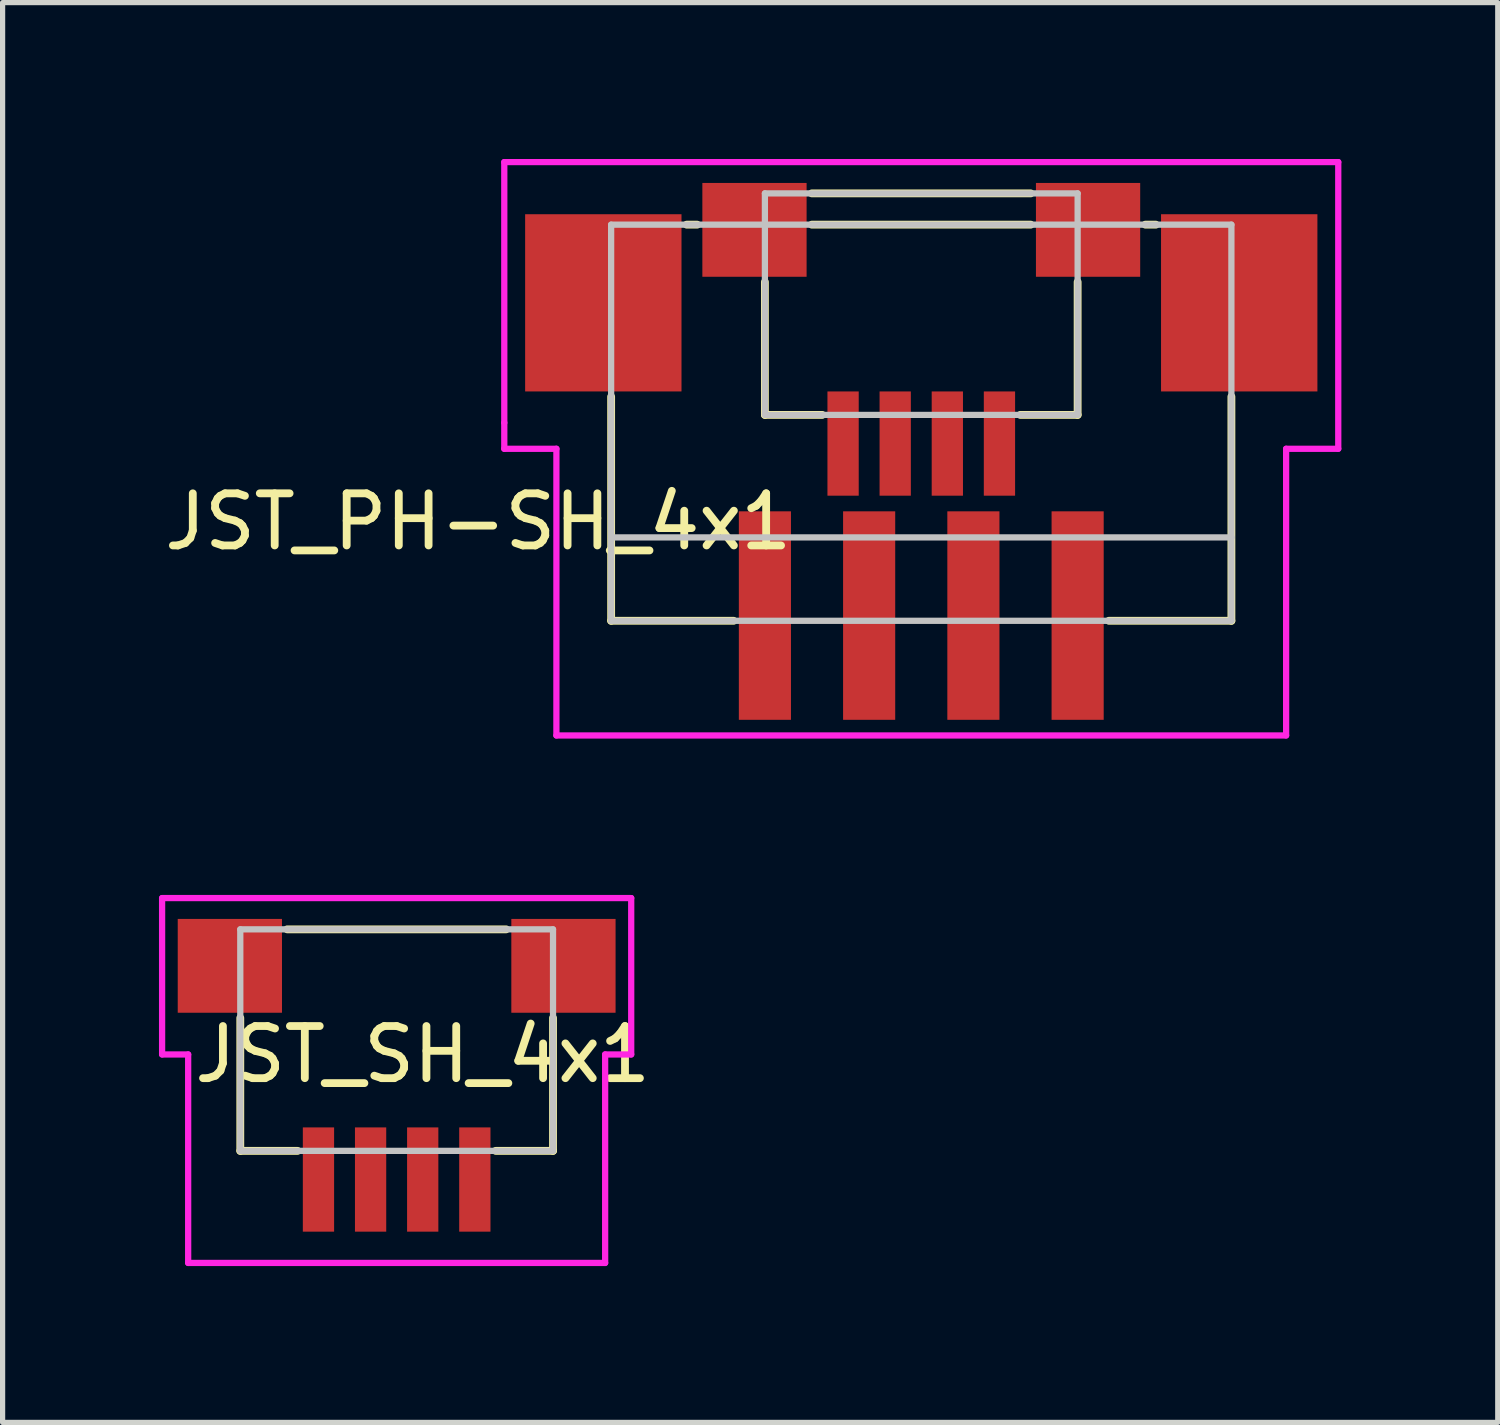
<source format=kicad_pcb>
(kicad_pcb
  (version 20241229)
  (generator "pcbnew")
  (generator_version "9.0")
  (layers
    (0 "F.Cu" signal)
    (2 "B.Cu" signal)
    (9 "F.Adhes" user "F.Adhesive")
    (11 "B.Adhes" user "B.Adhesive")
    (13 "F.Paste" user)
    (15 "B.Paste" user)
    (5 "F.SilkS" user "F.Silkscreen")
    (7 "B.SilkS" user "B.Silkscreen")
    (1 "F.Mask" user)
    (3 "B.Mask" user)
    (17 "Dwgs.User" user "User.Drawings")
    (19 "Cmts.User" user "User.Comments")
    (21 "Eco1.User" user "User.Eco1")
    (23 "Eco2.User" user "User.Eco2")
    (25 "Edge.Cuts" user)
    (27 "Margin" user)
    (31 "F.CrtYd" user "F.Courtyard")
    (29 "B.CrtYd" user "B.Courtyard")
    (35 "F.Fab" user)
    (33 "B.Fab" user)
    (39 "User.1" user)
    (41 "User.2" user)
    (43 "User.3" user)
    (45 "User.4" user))
  (footprint "JST_PH-SH_4x1"
    (layer "F.Cu")
    (at 14.625 3.06)
    (property "Reference" "JST_PH-SH_4x1" (at -8.5 3.9 0) (layer "F.SilkS") (effects (font (size 1 1) (thickness 0.15))))
    (attr through_hole)
    (fp_line (start -5.95 1.5) (end -5.95 5.8) (stroke (width 0.15) (type solid)) (layer "F.SilkS"))
    (fp_line (start -5.95 5.8) (end -3.6 5.8) (stroke (width 0.15) (type solid)) (layer "F.SilkS"))
    (fp_line (start -4.3 -1.8) (end -4.5 -1.8) (stroke (width 0.15) (type solid)) (layer "F.SilkS"))
    (fp_line (start -3 -0.7) (end -3 1.85) (stroke (width 0.15) (type solid)) (layer "F.SilkS"))
    (fp_line (start -3 1.85) (end -1.9 1.85) (stroke (width 0.15) (type solid)) (layer "F.SilkS"))
    (fp_line (start 1.9 1.85) (end 3 1.85) (stroke (width 0.15) (type solid)) (layer "F.SilkS"))
    (fp_line (start 2.1 -2.4) (end -2.1 -2.4) (stroke (width 0.15) (type solid)) (layer "F.SilkS"))
    (fp_line (start 2.1 -1.8) (end -2.1 -1.8) (stroke (width 0.15) (type solid)) (layer "F.SilkS"))
    (fp_line (start 3 1.85) (end 3 -0.7) (stroke (width 0.15) (type solid)) (layer "F.SilkS"))
    (fp_line (start 3.6 5.8) (end 5.95 5.8) (stroke (width 0.15) (type solid)) (layer "F.SilkS"))
    (fp_line (start 4.5 -1.8) (end 4.3 -1.8) (stroke (width 0.15) (type solid)) (layer "F.SilkS"))
    (fp_line (start 5.95 5.8) (end 5.95 1.5) (stroke (width 0.15) (type solid)) (layer "F.SilkS"))
    (fp_line (start -5.95 -1.8) (end -5.95 4.2) (stroke (width 0.12) (type solid)) (layer "Dwgs.User"))
    (fp_line (start -5.95 -1.8) (end 5.95 -1.8) (stroke (width 0.12) (type solid)) (layer "Dwgs.User"))
    (fp_line (start -5.95 5.8) (end -5.95 4.2) (stroke (width 0.12) (type solid)) (layer "Dwgs.User"))
    (fp_line (start -3 -2.4) (end -3 1.85) (stroke (width 0.12) (type solid)) (layer "Dwgs.User"))
    (fp_line (start -3 -2.4) (end 3 -2.4) (stroke (width 0.12) (type solid)) (layer "Dwgs.User"))
    (fp_line (start 3 -2.4) (end 3 1.85) (stroke (width 0.12) (type solid)) (layer "Dwgs.User"))
    (fp_line (start 3 1.85) (end -3 1.85) (stroke (width 0.12) (type solid)) (layer "Dwgs.User"))
    (fp_line (start 5.95 -1.8) (end 5.95 4.2) (stroke (width 0.12) (type solid)) (layer "Dwgs.User"))
    (fp_line (start 5.95 4.2) (end -5.95 4.2) (stroke (width 0.12) (type solid)) (layer "Dwgs.User"))
    (fp_line (start 5.95 4.2) (end 5.95 5.8) (stroke (width 0.12) (type solid)) (layer "Dwgs.User"))
    (fp_line (start 5.95 5.8) (end -5.95 5.8) (stroke (width 0.12) (type solid)) (layer "Dwgs.User"))
    (fp_line (start -8 -3) (end -8 2) (stroke (width 0.12) (type solid)) (layer "F.CrtYd"))
    (fp_line (start -8 2) (end -8 2.5) (stroke (width 0.12) (type solid)) (layer "F.CrtYd"))
    (fp_line (start -8 2.5) (end -7 2.5) (stroke (width 0.12) (type solid)) (layer "F.CrtYd"))
    (fp_line (start -7 2.5) (end -7 8) (stroke (width 0.12) (type solid)) (layer "F.CrtYd"))
    (fp_line (start -7 8) (end 7 8) (stroke (width 0.12) (type solid)) (layer "F.CrtYd"))
    (fp_line (start 7 8) (end 7 2.5) (stroke (width 0.12) (type solid)) (layer "F.CrtYd"))
    (fp_line (start 8 -3) (end -8 -3) (stroke (width 0.12) (type solid)) (layer "F.CrtYd"))
    (fp_line (start 8 2.5) (end 7 2.5) (stroke (width 0.12) (type solid)) (layer "F.CrtYd"))
    (fp_line (start 8 2.5) (end 8 -3) (stroke (width 0.12) (type solid)) (layer "F.CrtYd"))
    (pad "0" smd rect (at -6.1 -0.3) (size 3 3.4) (layers "F.Cu" "F.Mask" "F.Paste"))
    (pad "0" smd rect (at -3.2 -1.7) (size 2 1.8) (layers "F.Cu" "F.Mask" "F.Paste"))
    (pad "0" smd rect (at 3.2 -1.7) (size 2 1.8) (layers "F.Cu" "F.Mask" "F.Paste"))
    (pad "0" smd rect (at 6.1 -0.3) (size 3 3.4) (layers "F.Cu" "F.Mask" "F.Paste"))
    (pad "1" smd rect (at 1.5 2.4) (size 0.6 2) (layers "F.Cu" "F.Mask" "F.Paste"))
    (pad "1" smd rect (at 3 5.7) (size 1 4) (layers "F.Cu" "F.Mask" "F.Paste"))
    (pad "2" smd rect (at 0.5 2.4) (size 0.6 2) (layers "F.Cu" "F.Mask" "F.Paste"))
    (pad "2" smd rect (at 1 5.7) (size 1 4) (layers "F.Cu" "F.Mask" "F.Paste"))
    (pad "3" smd rect (at -1 5.7) (size 1 4) (layers "F.Cu" "F.Mask" "F.Paste"))
    (pad "3" smd rect (at -0.5 2.4) (size 0.6 2) (layers "F.Cu" "F.Mask" "F.Paste"))
    (pad "4" smd rect (at -3 5.7) (size 1 4) (layers "F.Cu" "F.Mask" "F.Paste"))
    (pad "4" smd rect (at -1.5 2.4) (size 0.6 2) (layers "F.Cu" "F.Mask" "F.Paste")))
  (footprint "JST_SH_4x1"
    (layer "F.Cu")
    (at 4.56 16.68)
    (property "Reference" "JST_SH_4x1" (at 0.5 0.5 0) (layer "F.SilkS") (effects (font (size 1 1) (thickness 0.15))))
    (attr through_hole)
    (fp_line (start -3 -0.2) (end -3 2.35) (stroke (width 0.15) (type solid)) (layer "F.SilkS"))
    (fp_line (start -3 2.35) (end -1.9 2.35) (stroke (width 0.15) (type solid)) (layer "F.SilkS"))
    (fp_line (start -2.1 -1.9) (end 2.1 -1.9) (stroke (width 0.15) (type solid)) (layer "F.SilkS"))
    (fp_line (start 1.9 2.35) (end 3 2.35) (stroke (width 0.15) (type solid)) (layer "F.SilkS"))
    (fp_line (start 3 2.35) (end 3 -0.2) (stroke (width 0.15) (type solid)) (layer "F.SilkS"))
    (fp_line (start -3 -1.9) (end -3 2.35) (stroke (width 0.12) (type solid)) (layer "Dwgs.User"))
    (fp_line (start -3 -1.9) (end 3 -1.9) (stroke (width 0.12) (type solid)) (layer "Dwgs.User"))
    (fp_line (start 3 -1.9) (end 3 2.35) (stroke (width 0.12) (type solid)) (layer "Dwgs.User"))
    (fp_line (start 3 2.35) (end -3 2.35) (stroke (width 0.12) (type solid)) (layer "Dwgs.User"))
    (fp_line (start -4.5 -2.5) (end -4.5 0.5) (stroke (width 0.12) (type solid)) (layer "F.CrtYd"))
    (fp_line (start -4.5 0.5) (end -4 0.5) (stroke (width 0.12) (type solid)) (layer "F.CrtYd"))
    (fp_line (start -4 0.5) (end -4 4.5) (stroke (width 0.12) (type solid)) (layer "F.CrtYd"))
    (fp_line (start -4 4.5) (end 4 4.5) (stroke (width 0.12) (type solid)) (layer "F.CrtYd"))
    (fp_line (start 4 0.5) (end 4.5 0.5) (stroke (width 0.12) (type solid)) (layer "F.CrtYd"))
    (fp_line (start 4 1) (end 4 0.5) (stroke (width 0.12) (type solid)) (layer "F.CrtYd"))
    (fp_line (start 4 4.5) (end 4 1) (stroke (width 0.12) (type solid)) (layer "F.CrtYd"))
    (fp_line (start 4.5 -2.5) (end -4.5 -2.5) (stroke (width 0.12) (type solid)) (layer "F.CrtYd"))
    (fp_line (start 4.5 0.5) (end 4.5 -2.5) (stroke (width 0.12) (type solid)) (layer "F.CrtYd"))
    (pad "0" smd rect (at -3.2 -1.2) (size 2 1.8) (layers "F.Cu" "F.Mask" "F.Paste"))
    (pad "0" smd rect (at 3.2 -1.2) (size 2 1.8) (layers "F.Cu" "F.Mask" "F.Paste"))
    (pad "1" smd rect (at 1.5 2.9) (size 0.6 2) (layers "F.Cu" "F.Mask" "F.Paste"))
    (pad "2" smd rect (at 0.5 2.9) (size 0.6 2) (layers "F.Cu" "F.Mask" "F.Paste"))
    (pad "3" smd rect (at -0.5 2.9) (size 0.6 2) (layers "F.Cu" "F.Mask" "F.Paste"))
    (pad "4" smd rect (at -1.5 2.9) (size 0.6 2) (layers "F.Cu" "F.Mask" "F.Paste")))
  (gr_rect
    (start -3 -3)
    (end 25.685 24.24)
    (stroke (width 0.1) (type default))
    (fill no)
    (layer "Edge.Cuts")))
</source>
